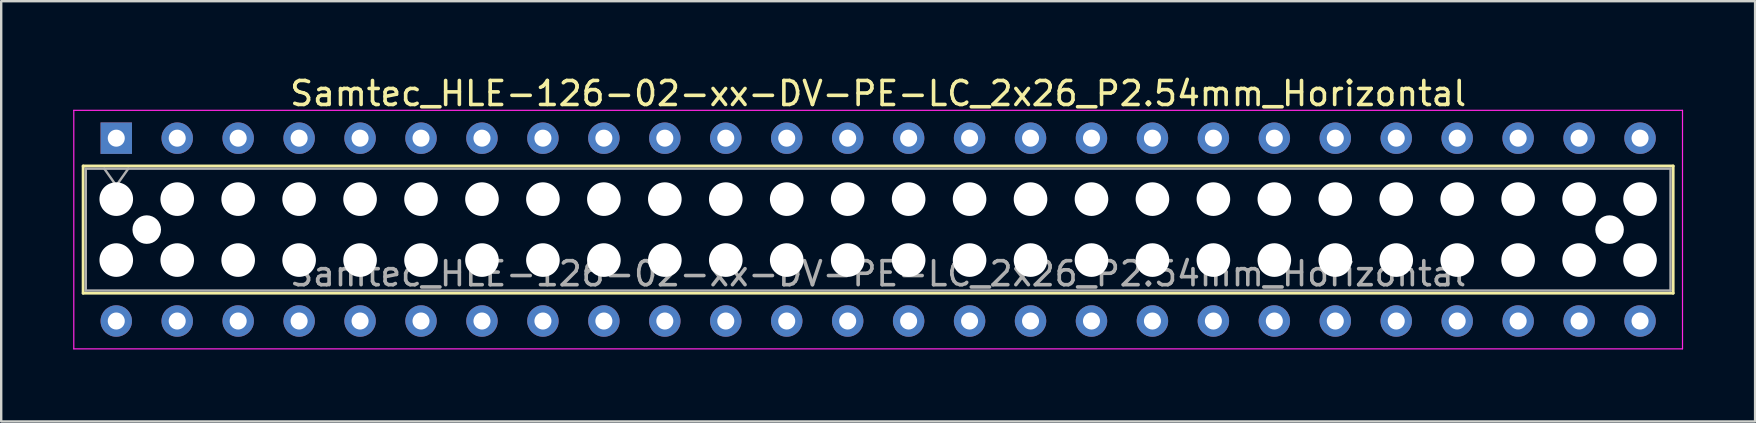
<source format=kicad_pcb>
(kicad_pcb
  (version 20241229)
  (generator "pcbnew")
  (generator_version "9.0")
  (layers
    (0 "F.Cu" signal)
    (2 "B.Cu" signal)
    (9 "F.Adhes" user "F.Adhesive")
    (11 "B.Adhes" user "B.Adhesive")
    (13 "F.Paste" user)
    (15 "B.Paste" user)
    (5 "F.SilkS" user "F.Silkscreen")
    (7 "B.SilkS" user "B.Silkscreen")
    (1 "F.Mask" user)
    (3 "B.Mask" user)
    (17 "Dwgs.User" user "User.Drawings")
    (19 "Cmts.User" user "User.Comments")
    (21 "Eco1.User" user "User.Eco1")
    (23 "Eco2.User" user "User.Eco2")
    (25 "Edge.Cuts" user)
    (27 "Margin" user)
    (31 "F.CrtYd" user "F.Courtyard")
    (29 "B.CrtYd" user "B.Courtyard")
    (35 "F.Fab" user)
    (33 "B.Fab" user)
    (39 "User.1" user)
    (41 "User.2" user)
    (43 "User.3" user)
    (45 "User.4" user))
  (footprint "Samtec_HLE-126-02-xx-DV-PE-LC_2x26_P2.54mm_Horizontal"
    (layer "F.Cu")
    (at 1.795 2.708)
    (property "Reference" "Samtec_HLE-126-02-xx-DV-PE-LC_2x26_P2.54mm_Horizontal" (at 31.75 -1.86 0) (layer "F.SilkS") (effects (font (size 1 1) (thickness 0.15))))
    (attr through_hole)
    (fp_line (start -1.38 1.16) (end 64.88 1.16) (stroke (width 0.12) (type solid)) (layer "F.SilkS"))
    (fp_line (start -1.38 6.46) (end -1.38 1.16) (stroke (width 0.12) (type solid)) (layer "F.SilkS"))
    (fp_line (start 64.88 1.16) (end 64.88 6.46) (stroke (width 0.12) (type solid)) (layer "F.SilkS"))
    (fp_line (start 64.88 6.46) (end -1.38 6.46) (stroke (width 0.12) (type solid)) (layer "F.SilkS"))
    (fp_line (start -1.77 -1.16) (end 65.27 -1.16) (stroke (width 0.05) (type solid)) (layer "F.CrtYd"))
    (fp_line (start -1.77 8.78) (end -1.77 -1.16) (stroke (width 0.05) (type solid)) (layer "F.CrtYd"))
    (fp_line (start 65.27 -1.16) (end 65.27 8.78) (stroke (width 0.05) (type solid)) (layer "F.CrtYd"))
    (fp_line (start 65.27 8.78) (end -1.77 8.78) (stroke (width 0.05) (type solid)) (layer "F.CrtYd"))
    (fp_line (start -1.27 1.27) (end 64.77 1.27) (stroke (width 0.1) (type solid)) (layer "F.Fab"))
    (fp_line (start -1.27 6.35) (end -1.27 1.27) (stroke (width 0.1) (type solid)) (layer "F.Fab"))
    (fp_line (start -0.5 1.27) (end 0 1.977) (stroke (width 0.1) (type solid)) (layer "F.Fab"))
    (fp_line (start 0 1.977) (end 0.5 1.27) (stroke (width 0.1) (type solid)) (layer "F.Fab"))
    (fp_line (start 64.77 1.27) (end 64.77 6.35) (stroke (width 0.1) (type solid)) (layer "F.Fab"))
    (fp_line (start 64.77 6.35) (end -1.27 6.35) (stroke (width 0.1) (type solid)) (layer "F.Fab"))
    (fp_text user "${REFERENCE}" (at 31.75 5.65 0) (layer "F.Fab") (effects (font (size 1 1) (thickness 0.15))))
    (pad "" np_thru_hole circle (at 0 2.54) (size 1.4 1.4) (drill 1.4) (layers "*.Cu" "*.Mask"))
    (pad "" np_thru_hole circle (at 0 5.08) (size 1.4 1.4) (drill 1.4) (layers "*.Cu" "*.Mask"))
    (pad "" np_thru_hole circle (at 1.27 3.81) (size 1.19 1.19) (drill 1.19) (layers "*.Cu" "*.Mask"))
    (pad "" np_thru_hole circle (at 2.54 2.54) (size 1.4 1.4) (drill 1.4) (layers "*.Cu" "*.Mask"))
    (pad "" np_thru_hole circle (at 2.54 5.08) (size 1.4 1.4) (drill 1.4) (layers "*.Cu" "*.Mask"))
    (pad "" np_thru_hole circle (at 5.08 2.54) (size 1.4 1.4) (drill 1.4) (layers "*.Cu" "*.Mask"))
    (pad "" np_thru_hole circle (at 5.08 5.08) (size 1.4 1.4) (drill 1.4) (layers "*.Cu" "*.Mask"))
    (pad "" np_thru_hole circle (at 7.62 2.54) (size 1.4 1.4) (drill 1.4) (layers "*.Cu" "*.Mask"))
    (pad "" np_thru_hole circle (at 7.62 5.08) (size 1.4 1.4) (drill 1.4) (layers "*.Cu" "*.Mask"))
    (pad "" np_thru_hole circle (at 10.16 2.54) (size 1.4 1.4) (drill 1.4) (layers "*.Cu" "*.Mask"))
    (pad "" np_thru_hole circle (at 10.16 5.08) (size 1.4 1.4) (drill 1.4) (layers "*.Cu" "*.Mask"))
    (pad "" np_thru_hole circle (at 12.7 2.54) (size 1.4 1.4) (drill 1.4) (layers "*.Cu" "*.Mask"))
    (pad "" np_thru_hole circle (at 12.7 5.08) (size 1.4 1.4) (drill 1.4) (layers "*.Cu" "*.Mask"))
    (pad "" np_thru_hole circle (at 15.24 2.54) (size 1.4 1.4) (drill 1.4) (layers "*.Cu" "*.Mask"))
    (pad "" np_thru_hole circle (at 15.24 5.08) (size 1.4 1.4) (drill 1.4) (layers "*.Cu" "*.Mask"))
    (pad "" np_thru_hole circle (at 17.78 2.54) (size 1.4 1.4) (drill 1.4) (layers "*.Cu" "*.Mask"))
    (pad "" np_thru_hole circle (at 17.78 5.08) (size 1.4 1.4) (drill 1.4) (layers "*.Cu" "*.Mask"))
    (pad "" np_thru_hole circle (at 20.32 2.54) (size 1.4 1.4) (drill 1.4) (layers "*.Cu" "*.Mask"))
    (pad "" np_thru_hole circle (at 20.32 5.08) (size 1.4 1.4) (drill 1.4) (layers "*.Cu" "*.Mask"))
    (pad "" np_thru_hole circle (at 22.86 2.54) (size 1.4 1.4) (drill 1.4) (layers "*.Cu" "*.Mask"))
    (pad "" np_thru_hole circle (at 22.86 5.08) (size 1.4 1.4) (drill 1.4) (layers "*.Cu" "*.Mask"))
    (pad "" np_thru_hole circle (at 25.4 2.54) (size 1.4 1.4) (drill 1.4) (layers "*.Cu" "*.Mask"))
    (pad "" np_thru_hole circle (at 25.4 5.08) (size 1.4 1.4) (drill 1.4) (layers "*.Cu" "*.Mask"))
    (pad "" np_thru_hole circle (at 27.94 2.54) (size 1.4 1.4) (drill 1.4) (layers "*.Cu" "*.Mask"))
    (pad "" np_thru_hole circle (at 27.94 5.08) (size 1.4 1.4) (drill 1.4) (layers "*.Cu" "*.Mask"))
    (pad "" np_thru_hole circle (at 30.48 2.54) (size 1.4 1.4) (drill 1.4) (layers "*.Cu" "*.Mask"))
    (pad "" np_thru_hole circle (at 30.48 5.08) (size 1.4 1.4) (drill 1.4) (layers "*.Cu" "*.Mask"))
    (pad "" np_thru_hole circle (at 33.02 2.54) (size 1.4 1.4) (drill 1.4) (layers "*.Cu" "*.Mask"))
    (pad "" np_thru_hole circle (at 33.02 5.08) (size 1.4 1.4) (drill 1.4) (layers "*.Cu" "*.Mask"))
    (pad "" np_thru_hole circle (at 35.56 2.54) (size 1.4 1.4) (drill 1.4) (layers "*.Cu" "*.Mask"))
    (pad "" np_thru_hole circle (at 35.56 5.08) (size 1.4 1.4) (drill 1.4) (layers "*.Cu" "*.Mask"))
    (pad "" np_thru_hole circle (at 38.1 2.54) (size 1.4 1.4) (drill 1.4) (layers "*.Cu" "*.Mask"))
    (pad "" np_thru_hole circle (at 38.1 5.08) (size 1.4 1.4) (drill 1.4) (layers "*.Cu" "*.Mask"))
    (pad "" np_thru_hole circle (at 40.64 2.54) (size 1.4 1.4) (drill 1.4) (layers "*.Cu" "*.Mask"))
    (pad "" np_thru_hole circle (at 40.64 5.08) (size 1.4 1.4) (drill 1.4) (layers "*.Cu" "*.Mask"))
    (pad "" np_thru_hole circle (at 43.18 2.54) (size 1.4 1.4) (drill 1.4) (layers "*.Cu" "*.Mask"))
    (pad "" np_thru_hole circle (at 43.18 5.08) (size 1.4 1.4) (drill 1.4) (layers "*.Cu" "*.Mask"))
    (pad "" np_thru_hole circle (at 45.72 2.54) (size 1.4 1.4) (drill 1.4) (layers "*.Cu" "*.Mask"))
    (pad "" np_thru_hole circle (at 45.72 5.08) (size 1.4 1.4) (drill 1.4) (layers "*.Cu" "*.Mask"))
    (pad "" np_thru_hole circle (at 48.26 2.54) (size 1.4 1.4) (drill 1.4) (layers "*.Cu" "*.Mask"))
    (pad "" np_thru_hole circle (at 48.26 5.08) (size 1.4 1.4) (drill 1.4) (layers "*.Cu" "*.Mask"))
    (pad "" np_thru_hole circle (at 50.8 2.54) (size 1.4 1.4) (drill 1.4) (layers "*.Cu" "*.Mask"))
    (pad "" np_thru_hole circle (at 50.8 5.08) (size 1.4 1.4) (drill 1.4) (layers "*.Cu" "*.Mask"))
    (pad "" np_thru_hole circle (at 53.34 2.54) (size 1.4 1.4) (drill 1.4) (layers "*.Cu" "*.Mask"))
    (pad "" np_thru_hole circle (at 53.34 5.08) (size 1.4 1.4) (drill 1.4) (layers "*.Cu" "*.Mask"))
    (pad "" np_thru_hole circle (at 55.88 2.54) (size 1.4 1.4) (drill 1.4) (layers "*.Cu" "*.Mask"))
    (pad "" np_thru_hole circle (at 55.88 5.08) (size 1.4 1.4) (drill 1.4) (layers "*.Cu" "*.Mask"))
    (pad "" np_thru_hole circle (at 58.42 2.54) (size 1.4 1.4) (drill 1.4) (layers "*.Cu" "*.Mask"))
    (pad "" np_thru_hole circle (at 58.42 5.08) (size 1.4 1.4) (drill 1.4) (layers "*.Cu" "*.Mask"))
    (pad "" np_thru_hole circle (at 60.96 2.54) (size 1.4 1.4) (drill 1.4) (layers "*.Cu" "*.Mask"))
    (pad "" np_thru_hole circle (at 60.96 5.08) (size 1.4 1.4) (drill 1.4) (layers "*.Cu" "*.Mask"))
    (pad "" np_thru_hole circle (at 62.23 3.81) (size 1.19 1.19) (drill 1.19) (layers "*.Cu" "*.Mask"))
    (pad "" np_thru_hole circle (at 63.5 2.54) (size 1.4 1.4) (drill 1.4) (layers "*.Cu" "*.Mask"))
    (pad "" np_thru_hole circle (at 63.5 5.08) (size 1.4 1.4) (drill 1.4) (layers "*.Cu" "*.Mask"))
    (pad "1" thru_hole rect (at 0 0) (size 1.31 1.31) (drill 0.71) (layers "*.Cu" "*.Mask"))
    (pad "2" thru_hole circle (at 0 7.62) (size 1.31 1.31) (drill 0.71) (layers "*.Cu" "*.Mask"))
    (pad "3" thru_hole circle (at 2.54 0) (size 1.31 1.31) (drill 0.71) (layers "*.Cu" "*.Mask"))
    (pad "4" thru_hole circle (at 2.54 7.62) (size 1.31 1.31) (drill 0.71) (layers "*.Cu" "*.Mask"))
    (pad "5" thru_hole circle (at 5.08 0) (size 1.31 1.31) (drill 0.71) (layers "*.Cu" "*.Mask"))
    (pad "6" thru_hole circle (at 5.08 7.62) (size 1.31 1.31) (drill 0.71) (layers "*.Cu" "*.Mask"))
    (pad "7" thru_hole circle (at 7.62 0) (size 1.31 1.31) (drill 0.71) (layers "*.Cu" "*.Mask"))
    (pad "8" thru_hole circle (at 7.62 7.62) (size 1.31 1.31) (drill 0.71) (layers "*.Cu" "*.Mask"))
    (pad "9" thru_hole circle (at 10.16 0) (size 1.31 1.31) (drill 0.71) (layers "*.Cu" "*.Mask"))
    (pad "10" thru_hole circle (at 10.16 7.62) (size 1.31 1.31) (drill 0.71) (layers "*.Cu" "*.Mask"))
    (pad "11" thru_hole circle (at 12.7 0) (size 1.31 1.31) (drill 0.71) (layers "*.Cu" "*.Mask"))
    (pad "12" thru_hole circle (at 12.7 7.62) (size 1.31 1.31) (drill 0.71) (layers "*.Cu" "*.Mask"))
    (pad "13" thru_hole circle (at 15.24 0) (size 1.31 1.31) (drill 0.71) (layers "*.Cu" "*.Mask"))
    (pad "14" thru_hole circle (at 15.24 7.62) (size 1.31 1.31) (drill 0.71) (layers "*.Cu" "*.Mask"))
    (pad "15" thru_hole circle (at 17.78 0) (size 1.31 1.31) (drill 0.71) (layers "*.Cu" "*.Mask"))
    (pad "16" thru_hole circle (at 17.78 7.62) (size 1.31 1.31) (drill 0.71) (layers "*.Cu" "*.Mask"))
    (pad "17" thru_hole circle (at 20.32 0) (size 1.31 1.31) (drill 0.71) (layers "*.Cu" "*.Mask"))
    (pad "18" thru_hole circle (at 20.32 7.62) (size 1.31 1.31) (drill 0.71) (layers "*.Cu" "*.Mask"))
    (pad "19" thru_hole circle (at 22.86 0) (size 1.31 1.31) (drill 0.71) (layers "*.Cu" "*.Mask"))
    (pad "20" thru_hole circle (at 22.86 7.62) (size 1.31 1.31) (drill 0.71) (layers "*.Cu" "*.Mask"))
    (pad "21" thru_hole circle (at 25.4 0) (size 1.31 1.31) (drill 0.71) (layers "*.Cu" "*.Mask"))
    (pad "22" thru_hole circle (at 25.4 7.62) (size 1.31 1.31) (drill 0.71) (layers "*.Cu" "*.Mask"))
    (pad "23" thru_hole circle (at 27.94 0) (size 1.31 1.31) (drill 0.71) (layers "*.Cu" "*.Mask"))
    (pad "24" thru_hole circle (at 27.94 7.62) (size 1.31 1.31) (drill 0.71) (layers "*.Cu" "*.Mask"))
    (pad "25" thru_hole circle (at 30.48 0) (size 1.31 1.31) (drill 0.71) (layers "*.Cu" "*.Mask"))
    (pad "26" thru_hole circle (at 30.48 7.62) (size 1.31 1.31) (drill 0.71) (layers "*.Cu" "*.Mask"))
    (pad "27" thru_hole circle (at 33.02 0) (size 1.31 1.31) (drill 0.71) (layers "*.Cu" "*.Mask"))
    (pad "28" thru_hole circle (at 33.02 7.62) (size 1.31 1.31) (drill 0.71) (layers "*.Cu" "*.Mask"))
    (pad "29" thru_hole circle (at 35.56 0) (size 1.31 1.31) (drill 0.71) (layers "*.Cu" "*.Mask"))
    (pad "30" thru_hole circle (at 35.56 7.62) (size 1.31 1.31) (drill 0.71) (layers "*.Cu" "*.Mask"))
    (pad "31" thru_hole circle (at 38.1 0) (size 1.31 1.31) (drill 0.71) (layers "*.Cu" "*.Mask"))
    (pad "32" thru_hole circle (at 38.1 7.62) (size 1.31 1.31) (drill 0.71) (layers "*.Cu" "*.Mask"))
    (pad "33" thru_hole circle (at 40.64 0) (size 1.31 1.31) (drill 0.71) (layers "*.Cu" "*.Mask"))
    (pad "34" thru_hole circle (at 40.64 7.62) (size 1.31 1.31) (drill 0.71) (layers "*.Cu" "*.Mask"))
    (pad "35" thru_hole circle (at 43.18 0) (size 1.31 1.31) (drill 0.71) (layers "*.Cu" "*.Mask"))
    (pad "36" thru_hole circle (at 43.18 7.62) (size 1.31 1.31) (drill 0.71) (layers "*.Cu" "*.Mask"))
    (pad "37" thru_hole circle (at 45.72 0) (size 1.31 1.31) (drill 0.71) (layers "*.Cu" "*.Mask"))
    (pad "38" thru_hole circle (at 45.72 7.62) (size 1.31 1.31) (drill 0.71) (layers "*.Cu" "*.Mask"))
    (pad "39" thru_hole circle (at 48.26 0) (size 1.31 1.31) (drill 0.71) (layers "*.Cu" "*.Mask"))
    (pad "40" thru_hole circle (at 48.26 7.62) (size 1.31 1.31) (drill 0.71) (layers "*.Cu" "*.Mask"))
    (pad "41" thru_hole circle (at 50.8 0) (size 1.31 1.31) (drill 0.71) (layers "*.Cu" "*.Mask"))
    (pad "42" thru_hole circle (at 50.8 7.62) (size 1.31 1.31) (drill 0.71) (layers "*.Cu" "*.Mask"))
    (pad "43" thru_hole circle (at 53.34 0) (size 1.31 1.31) (drill 0.71) (layers "*.Cu" "*.Mask"))
    (pad "44" thru_hole circle (at 53.34 7.62) (size 1.31 1.31) (drill 0.71) (layers "*.Cu" "*.Mask"))
    (pad "45" thru_hole circle (at 55.88 0) (size 1.31 1.31) (drill 0.71) (layers "*.Cu" "*.Mask"))
    (pad "46" thru_hole circle (at 55.88 7.62) (size 1.31 1.31) (drill 0.71) (layers "*.Cu" "*.Mask"))
    (pad "47" thru_hole circle (at 58.42 0) (size 1.31 1.31) (drill 0.71) (layers "*.Cu" "*.Mask"))
    (pad "48" thru_hole circle (at 58.42 7.62) (size 1.31 1.31) (drill 0.71) (layers "*.Cu" "*.Mask"))
    (pad "49" thru_hole circle (at 60.96 0) (size 1.31 1.31) (drill 0.71) (layers "*.Cu" "*.Mask"))
    (pad "50" thru_hole circle (at 60.96 7.62) (size 1.31 1.31) (drill 0.71) (layers "*.Cu" "*.Mask"))
    (pad "51" thru_hole circle (at 63.5 0) (size 1.31 1.31) (drill 0.71) (layers "*.Cu" "*.Mask"))
    (pad "52" thru_hole circle (at 63.5 7.62) (size 1.31 1.31) (drill 0.71) (layers "*.Cu" "*.Mask")))
  (gr_rect
    (start -3 -3)
    (end 70.09 14.513)
    (stroke (width 0.1) (type default))
    (fill no)
    (layer "Edge.Cuts")))
</source>
